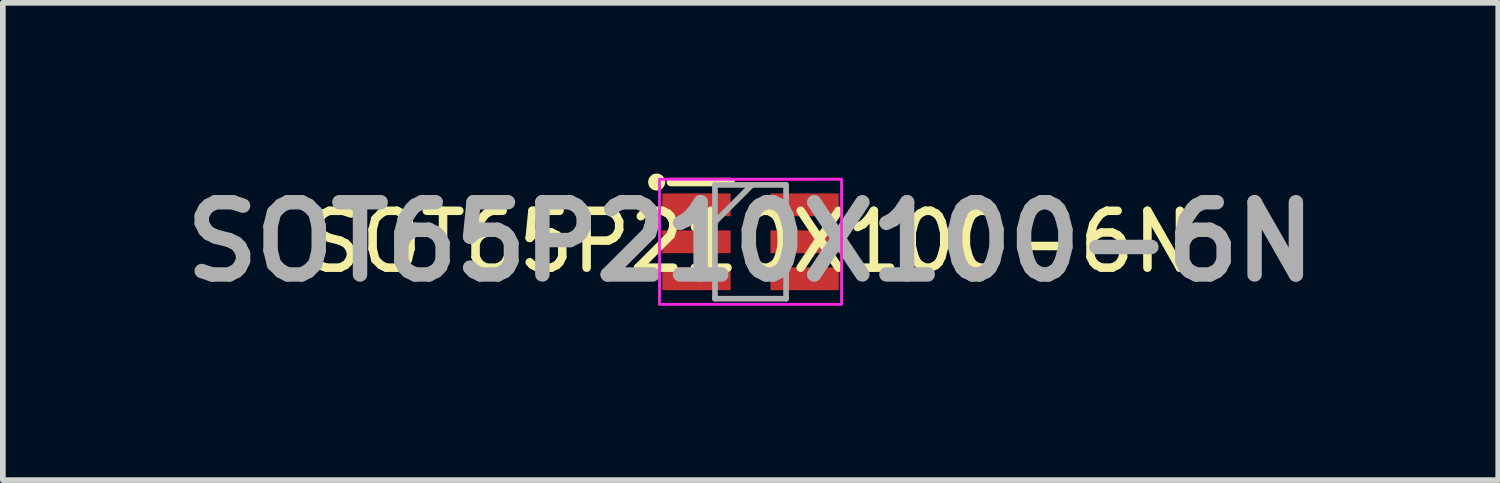
<source format=kicad_pcb>
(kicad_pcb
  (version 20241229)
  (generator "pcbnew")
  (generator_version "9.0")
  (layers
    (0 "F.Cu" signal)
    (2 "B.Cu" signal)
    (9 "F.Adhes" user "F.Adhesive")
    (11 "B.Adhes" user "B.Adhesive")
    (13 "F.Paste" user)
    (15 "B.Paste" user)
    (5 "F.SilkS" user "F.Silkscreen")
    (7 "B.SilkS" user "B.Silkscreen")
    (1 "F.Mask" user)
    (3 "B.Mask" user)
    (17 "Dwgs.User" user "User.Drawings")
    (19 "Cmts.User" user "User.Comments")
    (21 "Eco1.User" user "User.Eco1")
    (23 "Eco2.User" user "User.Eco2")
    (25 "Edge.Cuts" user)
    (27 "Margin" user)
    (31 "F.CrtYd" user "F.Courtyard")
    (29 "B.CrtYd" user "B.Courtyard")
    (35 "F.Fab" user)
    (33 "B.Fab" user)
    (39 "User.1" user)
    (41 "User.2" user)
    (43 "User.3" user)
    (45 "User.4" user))
  (footprint "SOT65P210X100-6N"
    (layer "F.Cu")
    (at 10.142 1.2)
    (property "Reference" "SOT65P210X100-6N" (at 0 0 0) (layer "F.SilkS") (effects (font (size 1 1) (thickness 0.15))))
    (attr smd)
    (fp_line (start -1.4 -1.05) (end -0.35 -1.05) (stroke (width 0.15) (type solid)) (layer "F.SilkS"))
    (fp_circle (center -1.65 -1.05) (end -1.55 -1.05) (stroke (width 0.1) (type solid)) (fill yes) (layer "F.SilkS"))
    (fp_rect (start -1.6 -1.1) (end 1.6 1.1) (stroke (width 0.05) (type default)) (fill no) (layer "F.CrtYd"))
    (fp_line (start -0.625 -1) (end 0.625 -1) (stroke (width 0.1) (type solid)) (layer "F.Fab"))
    (fp_line (start -0.625 -0.35) (end 0.025 -1) (stroke (width 0.1) (type solid)) (layer "F.Fab"))
    (fp_line (start -0.625 1) (end -0.625 -1) (stroke (width 0.1) (type solid)) (layer "F.Fab"))
    (fp_line (start 0.625 -1) (end 0.625 1) (stroke (width 0.1) (type solid)) (layer "F.Fab"))
    (fp_line (start 0.625 1) (end -0.625 1) (stroke (width 0.1) (type solid)) (layer "F.Fab"))
    (fp_text user "${REFERENCE}" (at 0 0 0) (layer "F.Fab") (effects (font (size 1.27 1.27) (thickness 0.254))))
    (pad "1" smd rect (at -0.95 -0.65 90) (size 0.4 1.2) (layers "F.Cu" "F.Mask" "F.Paste"))
    (pad "2" smd rect (at -0.95 0 90) (size 0.4 1.2) (layers "F.Cu" "F.Mask" "F.Paste"))
    (pad "3" smd rect (at -0.95 0.65 90) (size 0.4 1.2) (layers "F.Cu" "F.Mask" "F.Paste"))
    (pad "4" smd rect (at 0.95 0.65 90) (size 0.4 1.2) (layers "F.Cu" "F.Mask" "F.Paste"))
    (pad "5" smd rect (at 0.95 0 90) (size 0.4 1.2) (layers "F.Cu" "F.Mask" "F.Paste"))
    (pad "6" smd rect (at 0.95 -0.65 90) (size 0.4 1.2) (layers "F.Cu" "F.Mask" "F.Paste")))
  (gr_rect
    (start -3 -3)
    (end 23.284 5.389)
    (stroke (width 0.1) (type default))
    (fill no)
    (layer "Edge.Cuts")))
</source>
